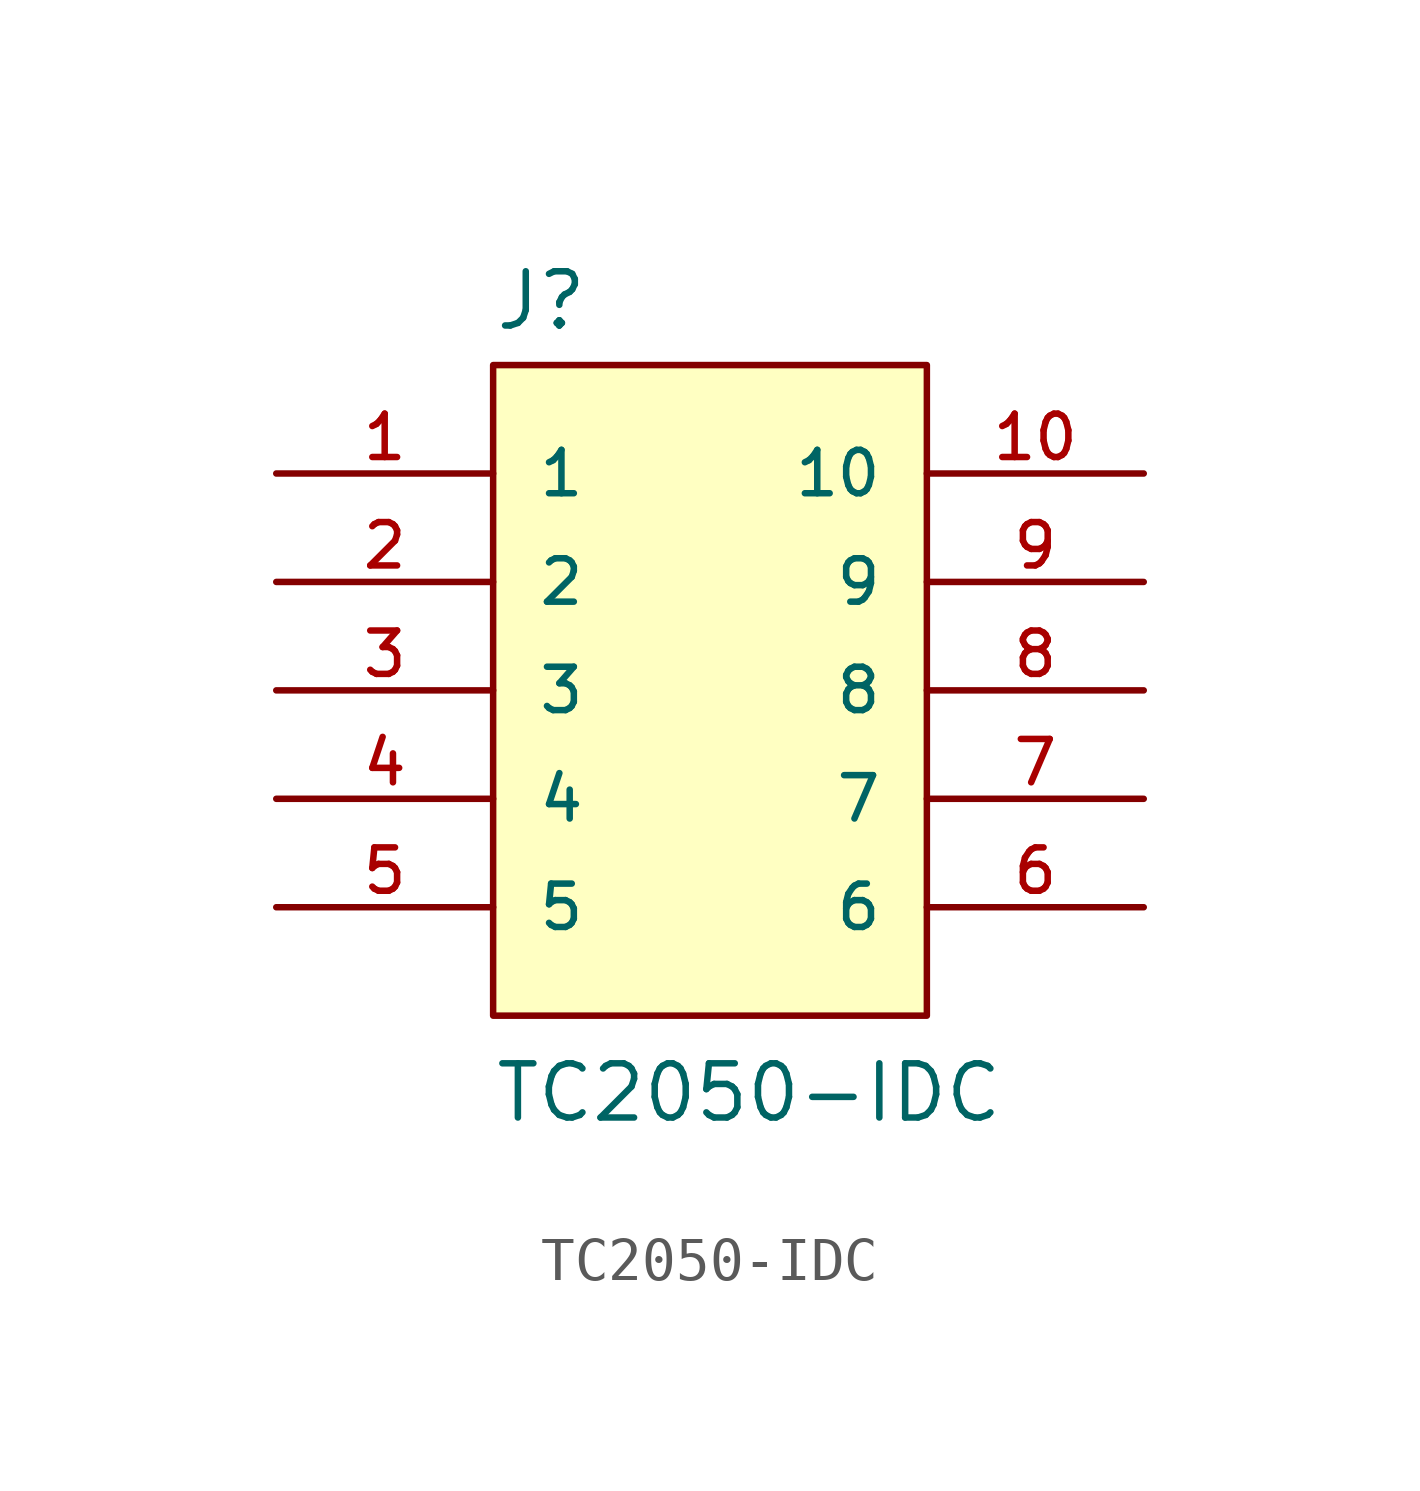
<source format=kicad_sym>
(kicad_symbol_lib
  (version 20211014)
  (generator kicad_symbol_editor)
  (symbol "TC2050-IDC"
    (pin_names
      (offset 1.016))
    (property "Reference" "J"
      (at -5.081 8.384 0)
      (effects (font (size 1.27 1.27)) (justify bottom left)))
    (property "Value" "TC2050-IDC"
      (at -5.084 -10.169 0)
      (effects (font (size 1.27 1.27)) (justify bottom left)))
    (symbol "TC2050-IDC_0_0"
      (rectangle (start -5.08 -7.62) (end 5.08 7.62) (stroke (width 0.152)) (fill (type background)))
      (pin passive line (at -10.16 5.08 0) (length 5.08) (name "1" (effects (font (size 1.016 1.016)))) (number "1" (effects (font (size 1.016 1.016)))))
      (pin passive line (at -10.16 2.54 0) (length 5.08) (name "2" (effects (font (size 1.016 1.016)))) (number "2" (effects (font (size 1.016 1.016)))))
      (pin passive line (at -10.16 0.0 0) (length 5.08) (name "3" (effects (font (size 1.016 1.016)))) (number "3" (effects (font (size 1.016 1.016)))))
      (pin passive line (at -10.16 -2.54 0) (length 5.08) (name "4" (effects (font (size 1.016 1.016)))) (number "4" (effects (font (size 1.016 1.016)))))
      (pin passive line (at -10.16 -5.08 0) (length 5.08) (name "5" (effects (font (size 1.016 1.016)))) (number "5" (effects (font (size 1.016 1.016)))))
      (pin passive line (at 10.16 -5.08 180.0) (length 5.08) (name "6" (effects (font (size 1.016 1.016)))) (number "6" (effects (font (size 1.016 1.016)))))
      (pin passive line (at 10.16 -2.54 180.0) (length 5.08) (name "7" (effects (font (size 1.016 1.016)))) (number "7" (effects (font (size 1.016 1.016)))))
      (pin passive line (at 10.16 0.0 180.0) (length 5.08) (name "8" (effects (font (size 1.016 1.016)))) (number "8" (effects (font (size 1.016 1.016)))))
      (pin passive line (at 10.16 2.54 180.0) (length 5.08) (name "9" (effects (font (size 1.016 1.016)))) (number "9" (effects (font (size 1.016 1.016)))))
      (pin passive line (at 10.16 5.08 180.0) (length 5.08) (name "10" (effects (font (size 1.016 1.016)))) (number "10" (effects (font (size 1.016 1.016))))))))
</source>
